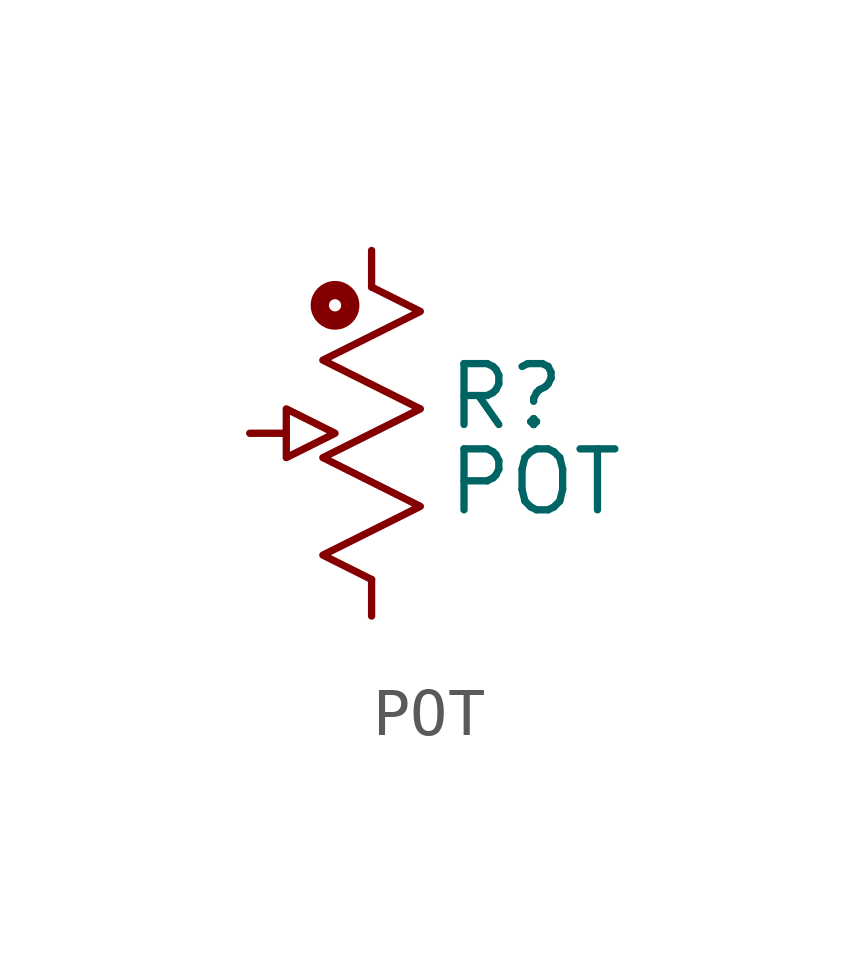
<source format=kicad_sym>
(kicad_symbol_lib
  (version 20211014)
  (generator kicad_symbol_editor)
  (symbol "POT"
    (pin_numbers hide)
    (pin_names
      (offset 1.016) hide)
    (property "Reference" "R"
      (at 1.524 -3.048 0)
      (effects (font (size 1.27 1.27)) (justify left)))
    (property "Value" "POT"
      (at 1.524 -4.826 0)
      (effects (font (size 1.27 1.27)) (justify left)))
    (symbol "POT_0_0"
      (polyline (pts (xy 0 -0.762) (xy 1.016 -1.27) (xy -1.016 -2.286) (xy 1.016 -3.302) (xy -1.016 -4.318) (xy 1.016 -5.334) (xy -1.016 -6.35) (xy 0 -6.858)) (stroke (width 0) (type default) (color 0 0 0 0)) (fill (type none))))
    (symbol "POT_0_1"
      (circle (center -0.762 -1.143) (radius 0.127) (stroke (width 0.381) (type default) (color 0 0 0 0)) (fill (type none)))
      (polyline (pts (xy -1.778 -3.302) (xy -0.762 -3.81) (xy -1.778 -4.318) (xy -1.778 -3.302)) (stroke (width 0) (type default) (color 0 0 0 0)) (fill (type none))))
    (symbol "POT_1_1"
      (pin passive line (at 0 0 270) (length 0.762) (name "~" (effects (font (size 1.27 1.27)))) (number "1" (effects (font (size 1.27 1.27)))))
      (pin passive line (at 0 -7.62 90) (length 0.762) (name "~" (effects (font (size 1.27 1.27)))) (number "2" (effects (font (size 1.27 1.27)))))
      (pin passive line (at -2.54 -3.81 0) (length 0.762) (name "R" (effects (font (size 1.27 1.27)))) (number "WIPE" (effects (font (size 1.27 1.27))))))))
</source>
